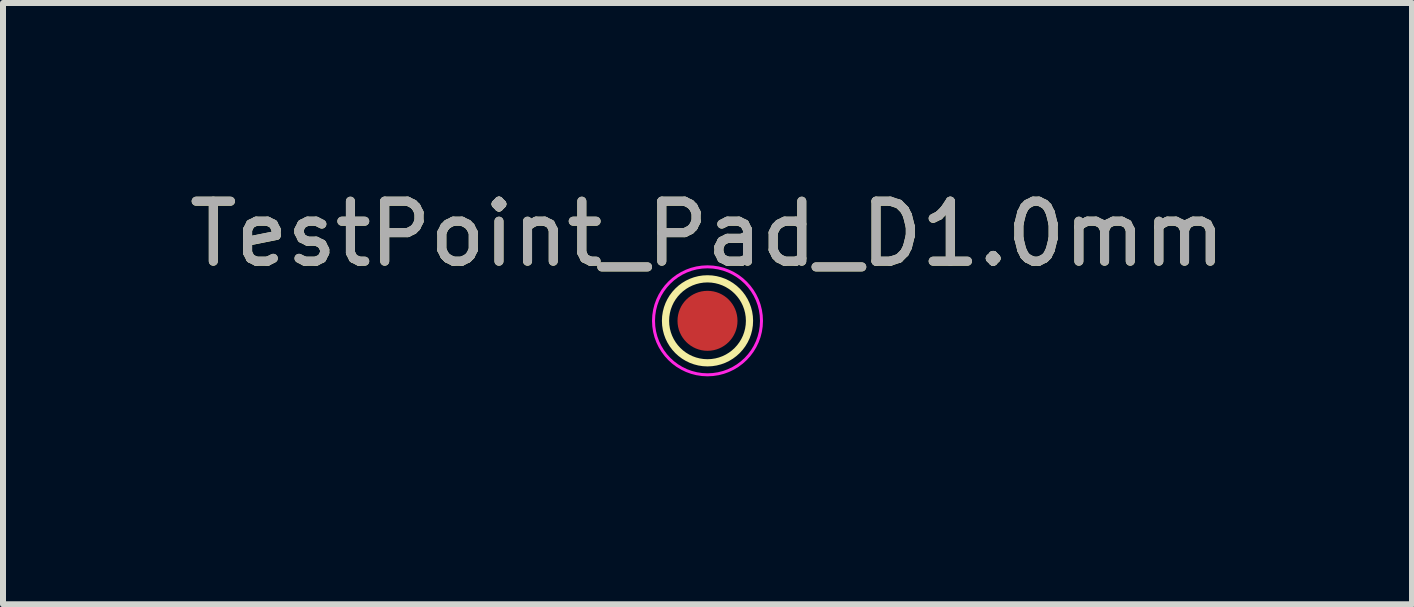
<source format=kicad_pcb>
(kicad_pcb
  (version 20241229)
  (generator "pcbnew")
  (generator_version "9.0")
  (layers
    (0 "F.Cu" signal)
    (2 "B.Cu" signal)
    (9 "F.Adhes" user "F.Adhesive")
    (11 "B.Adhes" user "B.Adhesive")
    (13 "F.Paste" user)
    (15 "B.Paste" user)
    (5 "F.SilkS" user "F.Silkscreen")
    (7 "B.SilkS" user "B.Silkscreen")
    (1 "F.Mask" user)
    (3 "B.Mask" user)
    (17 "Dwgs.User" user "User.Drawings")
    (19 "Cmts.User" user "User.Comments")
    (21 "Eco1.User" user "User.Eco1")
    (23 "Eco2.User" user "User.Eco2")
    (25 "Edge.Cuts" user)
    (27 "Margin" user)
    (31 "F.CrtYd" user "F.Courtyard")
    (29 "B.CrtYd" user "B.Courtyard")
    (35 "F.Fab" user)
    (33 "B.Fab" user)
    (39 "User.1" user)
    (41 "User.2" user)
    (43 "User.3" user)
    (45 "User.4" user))
  (footprint "TestPoint_Pad_D1.0mm"
    (layer "F.Cu")
    (at 8.744 2.298)
    (property "Reference" "TestPoint_Pad_D1.0mm" (at 0 -1.448 0) (layer "F.SilkS") (effects (font (size 1 1) (thickness 0.15))))
    (attr exclude_from_pos_files exclude_from_bom)
    (fp_circle (center 0 0) (end 0 0.7) (stroke (width 0.12) (type solid)) (fill no) (layer "F.SilkS"))
    (fp_circle (center 0 0) (end 1.7 0) (stroke (width 0.05) (type solid)) (fill no) (layer "Eco1.User"))
    (fp_circle (center 0 0) (end 0.9 0) (stroke (width 0.05) (type solid)) (fill no) (layer "F.CrtYd"))
    (fp_text user "${REFERENCE}" (at 0 -1.45 0) (layer "F.Fab") (effects (font (size 1 1) (thickness 0.15))))
    (pad "1" smd circle (at 0 0) (size 1 1) (layers "F.Cu" "F.Mask")))
  (gr_rect
    (start -3 -3)
    (end 20.488 7.023)
    (stroke (width 0.1) (type default))
    (fill no)
    (layer "Edge.Cuts")))
</source>
